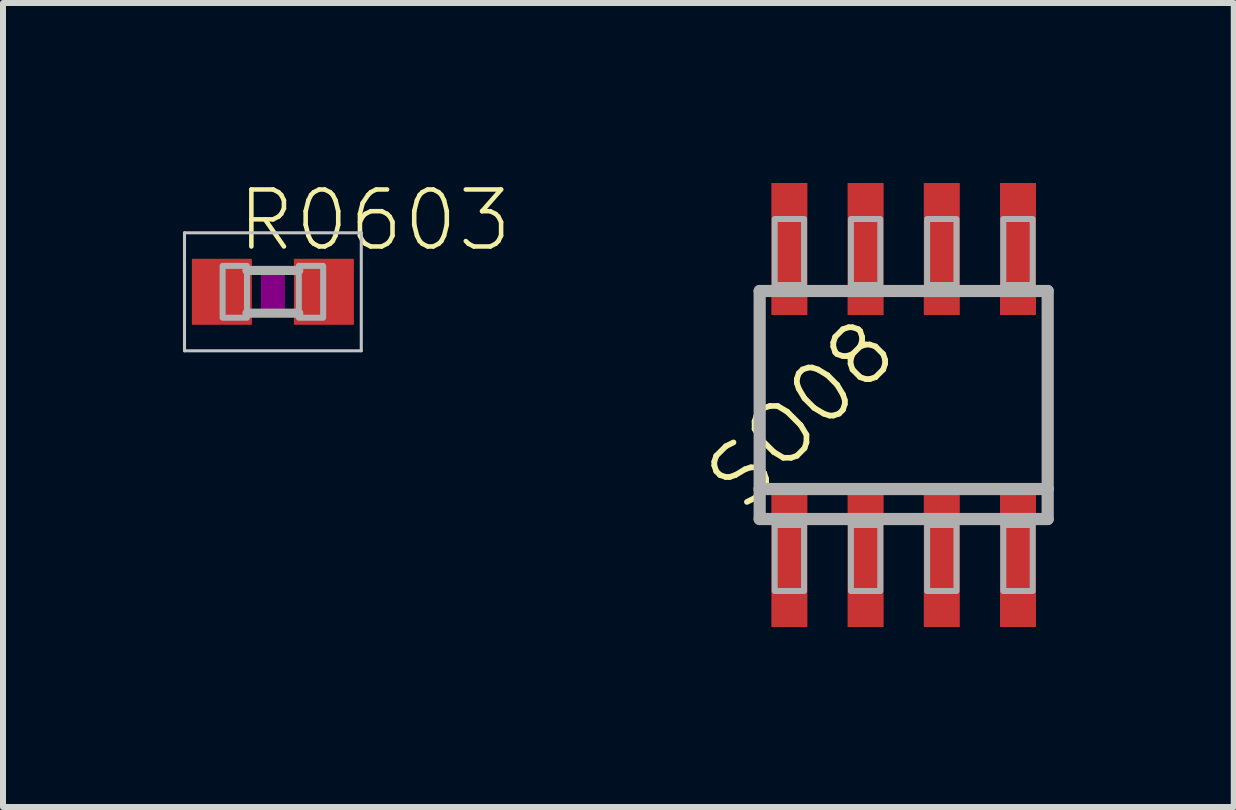
<source format=kicad_pcb>
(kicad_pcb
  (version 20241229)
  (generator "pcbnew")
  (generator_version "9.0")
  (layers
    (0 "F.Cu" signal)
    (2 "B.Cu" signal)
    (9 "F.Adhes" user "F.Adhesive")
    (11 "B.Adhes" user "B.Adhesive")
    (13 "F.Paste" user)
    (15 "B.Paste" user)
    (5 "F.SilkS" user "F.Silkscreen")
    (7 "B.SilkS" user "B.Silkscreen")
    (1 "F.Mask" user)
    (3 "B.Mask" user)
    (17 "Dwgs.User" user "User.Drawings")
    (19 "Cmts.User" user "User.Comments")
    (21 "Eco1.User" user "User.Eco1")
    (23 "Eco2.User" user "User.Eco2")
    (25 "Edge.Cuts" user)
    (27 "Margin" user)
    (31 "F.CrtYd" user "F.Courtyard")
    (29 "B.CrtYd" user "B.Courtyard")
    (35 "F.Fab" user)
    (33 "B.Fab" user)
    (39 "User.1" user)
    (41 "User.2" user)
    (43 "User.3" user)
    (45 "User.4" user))
  (footprint "R0603"
    (layer "F.Cu")
    (at 1.498 1.813)
    (property "Reference" "R0603" (at -0.635 -0.635 180) (layer "F.SilkS") (effects (font (size 0.95 0.95) (thickness 0.076)) (justify left bottom)))
    (attr through_hole)
    (fp_poly (pts (xy -0.2 0.4) (xy 0.2 0.4) (xy 0.2 -0.4) (xy -0.2 -0.4)) (stroke (width 0) (type solid)) (fill yes) (layer "F.Adhes"))
    (fp_line (start -1.473 -0.983) (end 1.473 -0.983) (stroke (width 0.051) (type solid)) (layer "Dwgs.User"))
    (fp_line (start -1.473 0.983) (end -1.473 -0.983) (stroke (width 0.051) (type solid)) (layer "Dwgs.User"))
    (fp_line (start 1.473 -0.983) (end 1.473 0.983) (stroke (width 0.051) (type solid)) (layer "Dwgs.User"))
    (fp_line (start 1.473 0.983) (end -1.473 0.983) (stroke (width 0.051) (type solid)) (layer "Dwgs.User"))
    (fp_line (start -0.432 0.356) (end 0.432 0.356) (stroke (width 0.152) (type solid)) (layer "F.Fab"))
    (fp_line (start 0.432 -0.356) (end -0.432 -0.356) (stroke (width 0.152) (type solid)) (layer "F.Fab"))
    (fp_poly (pts (xy -0.838 0.432) (xy -0.432 0.432) (xy -0.432 -0.432) (xy -0.838 -0.432)) (stroke (width 0.1) (type solid)) (fill no) (layer "F.Fab"))
    (fp_poly (pts (xy 0.432 0.432) (xy 0.838 0.432) (xy 0.838 -0.432) (xy 0.432 -0.432)) (stroke (width 0.1) (type solid)) (fill no) (layer "F.Fab"))
    (pad "1" smd rect (at -0.85 0) (size 1 1.1) (layers "F.Cu" "F.Mask" "F.Paste"))
    (pad "2" smd rect (at 0.85 0) (size 1 1.1) (layers "F.Cu" "F.Mask" "F.Paste")))
  (footprint "SO08"
    (layer "F.Cu")
    (at 12.011 3.7)
    (property "Reference" "SO08" (at -2.667 1.905 225) (layer "F.SilkS") (effects (font (size 0.95 0.95) (thickness 0.095)) (justify left bottom)))
    (attr through_hole)
    (fp_line (start -2.4 -1.9) (end 2.4 -1.9) (stroke (width 0.203) (type solid)) (layer "F.Fab"))
    (fp_line (start -2.4 1.4) (end -2.4 -1.9) (stroke (width 0.203) (type solid)) (layer "F.Fab"))
    (fp_line (start -2.4 1.9) (end -2.4 1.4) (stroke (width 0.203) (type solid)) (layer "F.Fab"))
    (fp_line (start 2.4 -1.9) (end 2.4 1.4) (stroke (width 0.203) (type solid)) (layer "F.Fab"))
    (fp_line (start 2.4 1.4) (end -2.4 1.4) (stroke (width 0.203) (type solid)) (layer "F.Fab"))
    (fp_line (start 2.4 1.4) (end 2.4 1.9) (stroke (width 0.203) (type solid)) (layer "F.Fab"))
    (fp_line (start 2.4 1.9) (end -2.4 1.9) (stroke (width 0.203) (type solid)) (layer "F.Fab"))
    (fp_poly (pts (xy -2.15 -2) (xy -1.66 -2) (xy -1.66 -3.1) (xy -2.15 -3.1)) (stroke (width 0.1) (type solid)) (fill no) (layer "F.Fab"))
    (fp_poly (pts (xy -2.15 3.1) (xy -1.66 3.1) (xy -1.66 2) (xy -2.15 2)) (stroke (width 0.1) (type solid)) (fill no) (layer "F.Fab"))
    (fp_poly (pts (xy -0.88 -2) (xy -0.39 -2) (xy -0.39 -3.1) (xy -0.88 -3.1)) (stroke (width 0.1) (type solid)) (fill no) (layer "F.Fab"))
    (fp_poly (pts (xy -0.88 3.1) (xy -0.39 3.1) (xy -0.39 2) (xy -0.88 2)) (stroke (width 0.1) (type solid)) (fill no) (layer "F.Fab"))
    (fp_poly (pts (xy 0.39 -2) (xy 0.88 -2) (xy 0.88 -3.1) (xy 0.39 -3.1)) (stroke (width 0.1) (type solid)) (fill no) (layer "F.Fab"))
    (fp_poly (pts (xy 0.39 3.1) (xy 0.88 3.1) (xy 0.88 2) (xy 0.39 2)) (stroke (width 0.1) (type solid)) (fill no) (layer "F.Fab"))
    (fp_poly (pts (xy 1.66 -2) (xy 2.15 -2) (xy 2.15 -3.1) (xy 1.66 -3.1)) (stroke (width 0.1) (type solid)) (fill no) (layer "F.Fab"))
    (fp_poly (pts (xy 1.66 3.1) (xy 2.15 3.1) (xy 2.15 2) (xy 1.66 2)) (stroke (width 0.1) (type solid)) (fill no) (layer "F.Fab"))
    (pad "1" smd rect (at -1.905 2.6) (size 0.6 2.2) (layers "F.Cu" "F.Mask" "F.Paste"))
    (pad "2" smd rect (at -0.635 2.6) (size 0.6 2.2) (layers "F.Cu" "F.Mask" "F.Paste"))
    (pad "3" smd rect (at 0.635 2.6) (size 0.6 2.2) (layers "F.Cu" "F.Mask" "F.Paste"))
    (pad "4" smd rect (at 1.905 2.6) (size 0.6 2.2) (layers "F.Cu" "F.Mask" "F.Paste"))
    (pad "5" smd rect (at 1.905 -2.6) (size 0.6 2.2) (layers "F.Cu" "F.Mask" "F.Paste"))
    (pad "6" smd rect (at 0.635 -2.6) (size 0.6 2.2) (layers "F.Cu" "F.Mask" "F.Paste"))
    (pad "7" smd rect (at -0.635 -2.6) (size 0.6 2.2) (layers "F.Cu" "F.Mask" "F.Paste"))
    (pad "8" smd rect (at -1.905 -2.6) (size 0.6 2.2) (layers "F.Cu" "F.Mask" "F.Paste")))
  (gr_rect
    (start -3 -3)
    (end 17.512 10.4)
    (stroke (width 0.1) (type default))
    (fill no)
    (layer "Edge.Cuts")))
</source>
